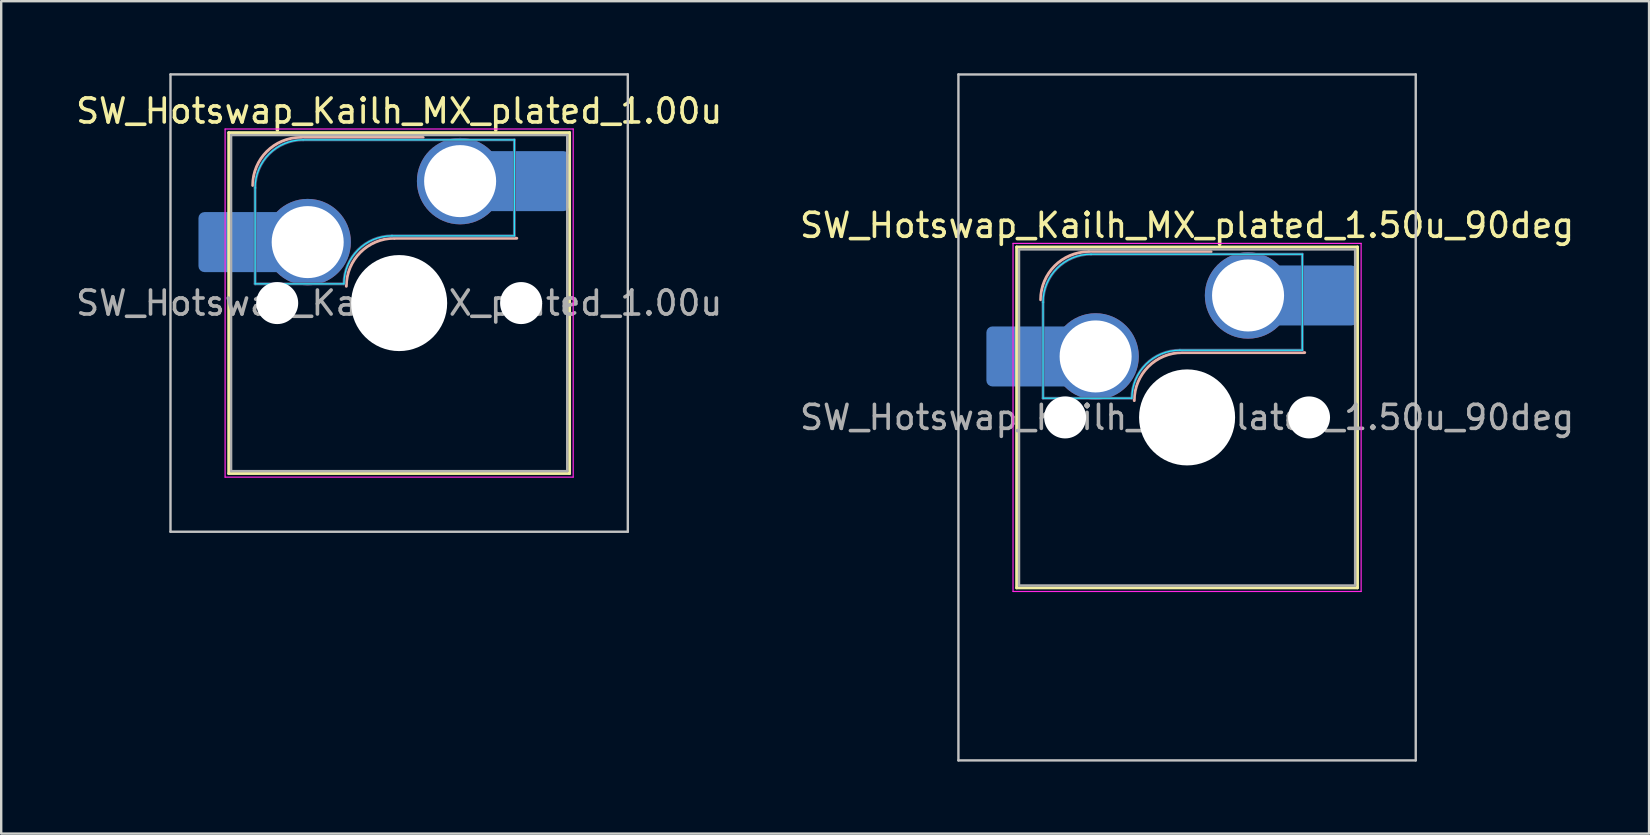
<source format=kicad_pcb>
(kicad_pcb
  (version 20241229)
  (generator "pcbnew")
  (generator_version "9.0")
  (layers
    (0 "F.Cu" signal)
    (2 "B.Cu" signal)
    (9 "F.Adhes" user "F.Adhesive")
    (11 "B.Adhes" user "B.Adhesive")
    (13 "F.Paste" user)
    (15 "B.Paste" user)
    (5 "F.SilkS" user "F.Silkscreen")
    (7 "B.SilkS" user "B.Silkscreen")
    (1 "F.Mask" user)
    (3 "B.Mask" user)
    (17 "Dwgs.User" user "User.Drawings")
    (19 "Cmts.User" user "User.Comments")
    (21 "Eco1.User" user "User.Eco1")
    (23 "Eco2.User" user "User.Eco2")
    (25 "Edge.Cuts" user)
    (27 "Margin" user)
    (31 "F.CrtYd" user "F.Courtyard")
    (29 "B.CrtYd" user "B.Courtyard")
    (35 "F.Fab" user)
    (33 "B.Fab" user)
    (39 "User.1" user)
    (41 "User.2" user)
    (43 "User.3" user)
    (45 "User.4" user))
  (footprint "SW_Hotswap_Kailh_MX_plated_1.50u_90deg"
    (layer "F.Cu")
    (at 46.399 14.338)
    (property "Reference" "SW_Hotswap_Kailh_MX_plated_1.50u_90deg" (at 0 -8 0) (layer "F.SilkS") (effects (font (size 1 1) (thickness 0.15))))
    (attr smd)
    (fp_line (start -7.1 -7.1) (end -7.1 7.1) (stroke (width 0.12) (type solid)) (layer "F.SilkS"))
    (fp_line (start -7.1 7.1) (end 7.1 7.1) (stroke (width 0.12) (type solid)) (layer "F.SilkS"))
    (fp_line (start 7.1 -7.1) (end -7.1 -7.1) (stroke (width 0.12) (type solid)) (layer "F.SilkS"))
    (fp_line (start 7.1 7.1) (end 7.1 -7.1) (stroke (width 0.12) (type solid)) (layer "F.SilkS"))
    (fp_line (start -4.1 -6.9) (end 1 -6.9) (stroke (width 0.12) (type solid)) (layer "B.SilkS"))
    (fp_line (start -0.2 -2.7) (end 4.9 -2.7) (stroke (width 0.12) (type solid)) (layer "B.SilkS"))
    (fp_arc (start -6.1 -4.9) (mid -5.514214 -6.314214) (end -4.1 -6.9) (stroke (width 0.12) (type solid)) (layer "B.SilkS"))
    (fp_arc (start -2.2 -0.7) (mid -1.614214 -2.114214) (end -0.2 -2.7) (stroke (width 0.12) (type solid)) (layer "B.SilkS"))
    (fp_line (start -9.525 -14.287) (end 9.525 -14.287) (stroke (width 0.1) (type solid)) (layer "Dwgs.User"))
    (fp_line (start -9.525 14.287) (end -9.525 -14.287) (stroke (width 0.1) (type solid)) (layer "Dwgs.User"))
    (fp_line (start 9.525 -14.287) (end 9.525 14.287) (stroke (width 0.1) (type solid)) (layer "Dwgs.User"))
    (fp_line (start 9.525 14.287) (end -9.525 14.287) (stroke (width 0.1) (type solid)) (layer "Dwgs.User"))
    (fp_line (start -7.8 -6) (end -7 -6) (stroke (width 0.1) (type solid)) (layer "Eco1.User"))
    (fp_line (start -7.8 -2.9) (end -7.8 -6) (stroke (width 0.1) (type solid)) (layer "Eco1.User"))
    (fp_line (start -7.8 2.9) (end -7 2.9) (stroke (width 0.1) (type solid)) (layer "Eco1.User"))
    (fp_line (start -7.8 6) (end -7.8 2.9) (stroke (width 0.1) (type solid)) (layer "Eco1.User"))
    (fp_line (start -7 -7) (end 7 -7) (stroke (width 0.1) (type solid)) (layer "Eco1.User"))
    (fp_line (start -7 -6) (end -7 -7) (stroke (width 0.1) (type solid)) (layer "Eco1.User"))
    (fp_line (start -7 -2.9) (end -7.8 -2.9) (stroke (width 0.1) (type solid)) (layer "Eco1.User"))
    (fp_line (start -7 2.9) (end -7 -2.9) (stroke (width 0.1) (type solid)) (layer "Eco1.User"))
    (fp_line (start -7 6) (end -7.8 6) (stroke (width 0.1) (type solid)) (layer "Eco1.User"))
    (fp_line (start -7 7) (end -7 6) (stroke (width 0.1) (type solid)) (layer "Eco1.User"))
    (fp_line (start 7 -7) (end 7 -6) (stroke (width 0.1) (type solid)) (layer "Eco1.User"))
    (fp_line (start 7 -6) (end 7.8 -6) (stroke (width 0.1) (type solid)) (layer "Eco1.User"))
    (fp_line (start 7 -2.9) (end 7 2.9) (stroke (width 0.1) (type solid)) (layer "Eco1.User"))
    (fp_line (start 7 2.9) (end 7.8 2.9) (stroke (width 0.1) (type solid)) (layer "Eco1.User"))
    (fp_line (start 7 6) (end 7 7) (stroke (width 0.1) (type solid)) (layer "Eco1.User"))
    (fp_line (start 7 7) (end -7 7) (stroke (width 0.1) (type solid)) (layer "Eco1.User"))
    (fp_line (start 7.8 -6) (end 7.8 -2.9) (stroke (width 0.1) (type solid)) (layer "Eco1.User"))
    (fp_line (start 7.8 -2.9) (end 7 -2.9) (stroke (width 0.1) (type solid)) (layer "Eco1.User"))
    (fp_line (start 7.8 2.9) (end 7.8 6) (stroke (width 0.1) (type solid)) (layer "Eco1.User"))
    (fp_line (start 7.8 6) (end 7 6) (stroke (width 0.1) (type solid)) (layer "Eco1.User"))
    (fp_line (start -6 -0.8) (end -6 -4.8) (stroke (width 0.05) (type solid)) (layer "B.CrtYd"))
    (fp_line (start -6 -0.8) (end -2.3 -0.8) (stroke (width 0.05) (type solid)) (layer "B.CrtYd"))
    (fp_line (start -4 -6.8) (end 4.8 -6.8) (stroke (width 0.05) (type solid)) (layer "B.CrtYd"))
    (fp_line (start -0.3 -2.8) (end 4.8 -2.8) (stroke (width 0.05) (type solid)) (layer "B.CrtYd"))
    (fp_line (start 4.8 -6.8) (end 4.8 -2.8) (stroke (width 0.05) (type solid)) (layer "B.CrtYd"))
    (fp_arc (start -6 -4.8) (mid -5.414214 -6.214214) (end -4 -6.8) (stroke (width 0.05) (type solid)) (layer "B.CrtYd"))
    (fp_arc (start -2.3 -0.8) (mid -1.714214 -2.214214) (end -0.3 -2.8) (stroke (width 0.05) (type solid)) (layer "B.CrtYd"))
    (fp_line (start -7.25 -7.25) (end -7.25 7.25) (stroke (width 0.05) (type solid)) (layer "F.CrtYd"))
    (fp_line (start -7.25 7.25) (end 7.25 7.25) (stroke (width 0.05) (type solid)) (layer "F.CrtYd"))
    (fp_line (start 7.25 -7.25) (end -7.25 -7.25) (stroke (width 0.05) (type solid)) (layer "F.CrtYd"))
    (fp_line (start 7.25 7.25) (end 7.25 -7.25) (stroke (width 0.05) (type solid)) (layer "F.CrtYd"))
    (fp_line (start -6 -0.8) (end -6 -4.8) (stroke (width 0.12) (type solid)) (layer "B.Fab"))
    (fp_line (start -6 -0.8) (end -2.3 -0.8) (stroke (width 0.12) (type solid)) (layer "B.Fab"))
    (fp_line (start -4 -6.8) (end 4.8 -6.8) (stroke (width 0.12) (type solid)) (layer "B.Fab"))
    (fp_line (start -0.3 -2.8) (end 4.8 -2.8) (stroke (width 0.12) (type solid)) (layer "B.Fab"))
    (fp_line (start 4.8 -6.8) (end 4.8 -2.8) (stroke (width 0.12) (type solid)) (layer "B.Fab"))
    (fp_arc (start -6 -4.8) (mid -5.414214 -6.214214) (end -4 -6.8) (stroke (width 0.12) (type solid)) (layer "B.Fab"))
    (fp_arc (start -2.3 -0.8) (mid -1.714214 -2.214214) (end -0.3 -2.8) (stroke (width 0.12) (type solid)) (layer "B.Fab"))
    (fp_line (start -7 -7) (end -7 7) (stroke (width 0.1) (type solid)) (layer "F.Fab"))
    (fp_line (start -7 7) (end 7 7) (stroke (width 0.1) (type solid)) (layer "F.Fab"))
    (fp_line (start 7 -7) (end -7 -7) (stroke (width 0.1) (type solid)) (layer "F.Fab"))
    (fp_line (start 7 7) (end 7 -7) (stroke (width 0.1) (type solid)) (layer "F.Fab"))
    (fp_text user "${REFERENCE}" (at 0 0 0) (layer "F.Fab") (effects (font (size 1 1) (thickness 0.15))))
    (pad "" smd roundrect (at -7.085 -2.54) (size 2.55 2.5) (layers "B.Mask" "B.Paste") (roundrect_rratio 0.1))
    (pad "" np_thru_hole circle (at -5.08 0) (size 1.75 1.75) (drill 1.75) (layers "*.Cu" "*.Mask"))
    (pad "" np_thru_hole circle (at 0 0) (size 4 4) (drill 4) (layers "*.Cu" "*.Mask"))
    (pad "" np_thru_hole circle (at 5.08 0) (size 1.75 1.75) (drill 1.75) (layers "*.Cu" "*.Mask"))
    (pad "" smd roundrect (at 5.842 -5.08) (size 2.55 2.5) (layers "B.Mask" "B.Paste") (roundrect_rratio 0.1))
    (pad "1" smd roundrect (at -6.585 -2.54) (size 3.55 2.5) (layers "B.Cu") (roundrect_rratio 0.1))
    (pad "1" thru_hole circle (at -3.81 -2.54) (size 3.6 3.6) (drill 3) (layers "*.Cu" "B.Mask"))
    (pad "2" thru_hole circle (at 2.54 -5.08) (size 3.6 3.6) (drill 3) (layers "*.Cu" "B.Mask"))
    (pad "2" smd roundrect (at 5.32 -5.08) (size 3.55 2.5) (layers "B.Cu") (roundrect_rratio 0.1)))
  (footprint "SW_Hotswap_Kailh_MX_plated_1.00u"
    (layer "F.Cu")
    (at 13.577 9.575)
    (property "Reference" "SW_Hotswap_Kailh_MX_plated_1.00u" (at 0 -8 0) (layer "F.SilkS") (effects (font (size 1 1) (thickness 0.15))))
    (attr smd)
    (fp_line (start -7.1 -7.1) (end -7.1 7.1) (stroke (width 0.12) (type solid)) (layer "F.SilkS"))
    (fp_line (start -7.1 7.1) (end 7.1 7.1) (stroke (width 0.12) (type solid)) (layer "F.SilkS"))
    (fp_line (start 7.1 -7.1) (end -7.1 -7.1) (stroke (width 0.12) (type solid)) (layer "F.SilkS"))
    (fp_line (start 7.1 7.1) (end 7.1 -7.1) (stroke (width 0.12) (type solid)) (layer "F.SilkS"))
    (fp_line (start -4.1 -6.9) (end 1 -6.9) (stroke (width 0.12) (type solid)) (layer "B.SilkS"))
    (fp_line (start -0.2 -2.7) (end 4.9 -2.7) (stroke (width 0.12) (type solid)) (layer "B.SilkS"))
    (fp_arc (start -6.1 -4.9) (mid -5.514214 -6.314214) (end -4.1 -6.9) (stroke (width 0.12) (type solid)) (layer "B.SilkS"))
    (fp_arc (start -2.2 -0.7) (mid -1.614214 -2.114214) (end -0.2 -2.7) (stroke (width 0.12) (type solid)) (layer "B.SilkS"))
    (fp_line (start -9.525 -9.525) (end -9.525 9.525) (stroke (width 0.1) (type solid)) (layer "Dwgs.User"))
    (fp_line (start -9.525 9.525) (end 9.525 9.525) (stroke (width 0.1) (type solid)) (layer "Dwgs.User"))
    (fp_line (start 9.525 -9.525) (end -9.525 -9.525) (stroke (width 0.1) (type solid)) (layer "Dwgs.User"))
    (fp_line (start 9.525 9.525) (end 9.525 -9.525) (stroke (width 0.1) (type solid)) (layer "Dwgs.User"))
    (fp_line (start -7.8 -6) (end -7 -6) (stroke (width 0.1) (type solid)) (layer "Eco1.User"))
    (fp_line (start -7.8 -2.9) (end -7.8 -6) (stroke (width 0.1) (type solid)) (layer "Eco1.User"))
    (fp_line (start -7.8 2.9) (end -7 2.9) (stroke (width 0.1) (type solid)) (layer "Eco1.User"))
    (fp_line (start -7.8 6) (end -7.8 2.9) (stroke (width 0.1) (type solid)) (layer "Eco1.User"))
    (fp_line (start -7 -7) (end 7 -7) (stroke (width 0.1) (type solid)) (layer "Eco1.User"))
    (fp_line (start -7 -6) (end -7 -7) (stroke (width 0.1) (type solid)) (layer "Eco1.User"))
    (fp_line (start -7 -2.9) (end -7.8 -2.9) (stroke (width 0.1) (type solid)) (layer "Eco1.User"))
    (fp_line (start -7 2.9) (end -7 -2.9) (stroke (width 0.1) (type solid)) (layer "Eco1.User"))
    (fp_line (start -7 6) (end -7.8 6) (stroke (width 0.1) (type solid)) (layer "Eco1.User"))
    (fp_line (start -7 7) (end -7 6) (stroke (width 0.1) (type solid)) (layer "Eco1.User"))
    (fp_line (start 7 -7) (end 7 -6) (stroke (width 0.1) (type solid)) (layer "Eco1.User"))
    (fp_line (start 7 -6) (end 7.8 -6) (stroke (width 0.1) (type solid)) (layer "Eco1.User"))
    (fp_line (start 7 -2.9) (end 7 2.9) (stroke (width 0.1) (type solid)) (layer "Eco1.User"))
    (fp_line (start 7 2.9) (end 7.8 2.9) (stroke (width 0.1) (type solid)) (layer "Eco1.User"))
    (fp_line (start 7 6) (end 7 7) (stroke (width 0.1) (type solid)) (layer "Eco1.User"))
    (fp_line (start 7 7) (end -7 7) (stroke (width 0.1) (type solid)) (layer "Eco1.User"))
    (fp_line (start 7.8 -6) (end 7.8 -2.9) (stroke (width 0.1) (type solid)) (layer "Eco1.User"))
    (fp_line (start 7.8 -2.9) (end 7 -2.9) (stroke (width 0.1) (type solid)) (layer "Eco1.User"))
    (fp_line (start 7.8 2.9) (end 7.8 6) (stroke (width 0.1) (type solid)) (layer "Eco1.User"))
    (fp_line (start 7.8 6) (end 7 6) (stroke (width 0.1) (type solid)) (layer "Eco1.User"))
    (fp_line (start -6 -0.8) (end -6 -4.8) (stroke (width 0.05) (type solid)) (layer "B.CrtYd"))
    (fp_line (start -6 -0.8) (end -2.3 -0.8) (stroke (width 0.05) (type solid)) (layer "B.CrtYd"))
    (fp_line (start -4 -6.8) (end 4.8 -6.8) (stroke (width 0.05) (type solid)) (layer "B.CrtYd"))
    (fp_line (start -0.3 -2.8) (end 4.8 -2.8) (stroke (width 0.05) (type solid)) (layer "B.CrtYd"))
    (fp_line (start 4.8 -6.8) (end 4.8 -2.8) (stroke (width 0.05) (type solid)) (layer "B.CrtYd"))
    (fp_arc (start -6 -4.8) (mid -5.414214 -6.214214) (end -4 -6.8) (stroke (width 0.05) (type solid)) (layer "B.CrtYd"))
    (fp_arc (start -2.3 -0.8) (mid -1.714214 -2.214214) (end -0.3 -2.8) (stroke (width 0.05) (type solid)) (layer "B.CrtYd"))
    (fp_line (start -7.25 -7.25) (end -7.25 7.25) (stroke (width 0.05) (type solid)) (layer "F.CrtYd"))
    (fp_line (start -7.25 7.25) (end 7.25 7.25) (stroke (width 0.05) (type solid)) (layer "F.CrtYd"))
    (fp_line (start 7.25 -7.25) (end -7.25 -7.25) (stroke (width 0.05) (type solid)) (layer "F.CrtYd"))
    (fp_line (start 7.25 7.25) (end 7.25 -7.25) (stroke (width 0.05) (type solid)) (layer "F.CrtYd"))
    (fp_line (start -6 -0.8) (end -6 -4.8) (stroke (width 0.12) (type solid)) (layer "B.Fab"))
    (fp_line (start -6 -0.8) (end -2.3 -0.8) (stroke (width 0.12) (type solid)) (layer "B.Fab"))
    (fp_line (start -4 -6.8) (end 4.8 -6.8) (stroke (width 0.12) (type solid)) (layer "B.Fab"))
    (fp_line (start -0.3 -2.8) (end 4.8 -2.8) (stroke (width 0.12) (type solid)) (layer "B.Fab"))
    (fp_line (start 4.8 -6.8) (end 4.8 -2.8) (stroke (width 0.12) (type solid)) (layer "B.Fab"))
    (fp_arc (start -6 -4.8) (mid -5.414214 -6.214214) (end -4 -6.8) (stroke (width 0.12) (type solid)) (layer "B.Fab"))
    (fp_arc (start -2.3 -0.8) (mid -1.714214 -2.214214) (end -0.3 -2.8) (stroke (width 0.12) (type solid)) (layer "B.Fab"))
    (fp_line (start -7 -7) (end -7 7) (stroke (width 0.1) (type solid)) (layer "F.Fab"))
    (fp_line (start -7 7) (end 7 7) (stroke (width 0.1) (type solid)) (layer "F.Fab"))
    (fp_line (start 7 -7) (end -7 -7) (stroke (width 0.1) (type solid)) (layer "F.Fab"))
    (fp_line (start 7 7) (end 7 -7) (stroke (width 0.1) (type solid)) (layer "F.Fab"))
    (fp_text user "${REFERENCE}" (at 0 0 0) (layer "F.Fab") (effects (font (size 1 1) (thickness 0.15))))
    (pad "" smd roundrect (at -7.085 -2.54) (size 2.55 2.5) (layers "B.Mask" "B.Paste") (roundrect_rratio 0.1))
    (pad "" np_thru_hole circle (at -5.08 0) (size 1.75 1.75) (drill 1.75) (layers "*.Cu" "*.Mask"))
    (pad "" np_thru_hole circle (at 0 0) (size 4 4) (drill 4) (layers "*.Cu" "*.Mask"))
    (pad "" np_thru_hole circle (at 5.08 0) (size 1.75 1.75) (drill 1.75) (layers "*.Cu" "*.Mask"))
    (pad "" smd roundrect (at 5.842 -5.08) (size 2.55 2.5) (layers "B.Mask" "B.Paste") (roundrect_rratio 0.1))
    (pad "1" smd roundrect (at -6.585 -2.54) (size 3.55 2.5) (layers "B.Cu") (roundrect_rratio 0.1))
    (pad "1" thru_hole circle (at -3.81 -2.54) (size 3.6 3.6) (drill 3) (layers "*.Cu" "B.Mask"))
    (pad "2" thru_hole circle (at 2.54 -5.08) (size 3.6 3.6) (drill 3) (layers "*.Cu" "B.Mask"))
    (pad "2" smd roundrect (at 5.32 -5.08) (size 3.55 2.5) (layers "B.Cu") (roundrect_rratio 0.1)))
  (gr_rect
    (start -3 -3)
    (end 65.643 31.675)
    (stroke (width 0.1) (type default))
    (fill no)
    (layer "Edge.Cuts")))
</source>
